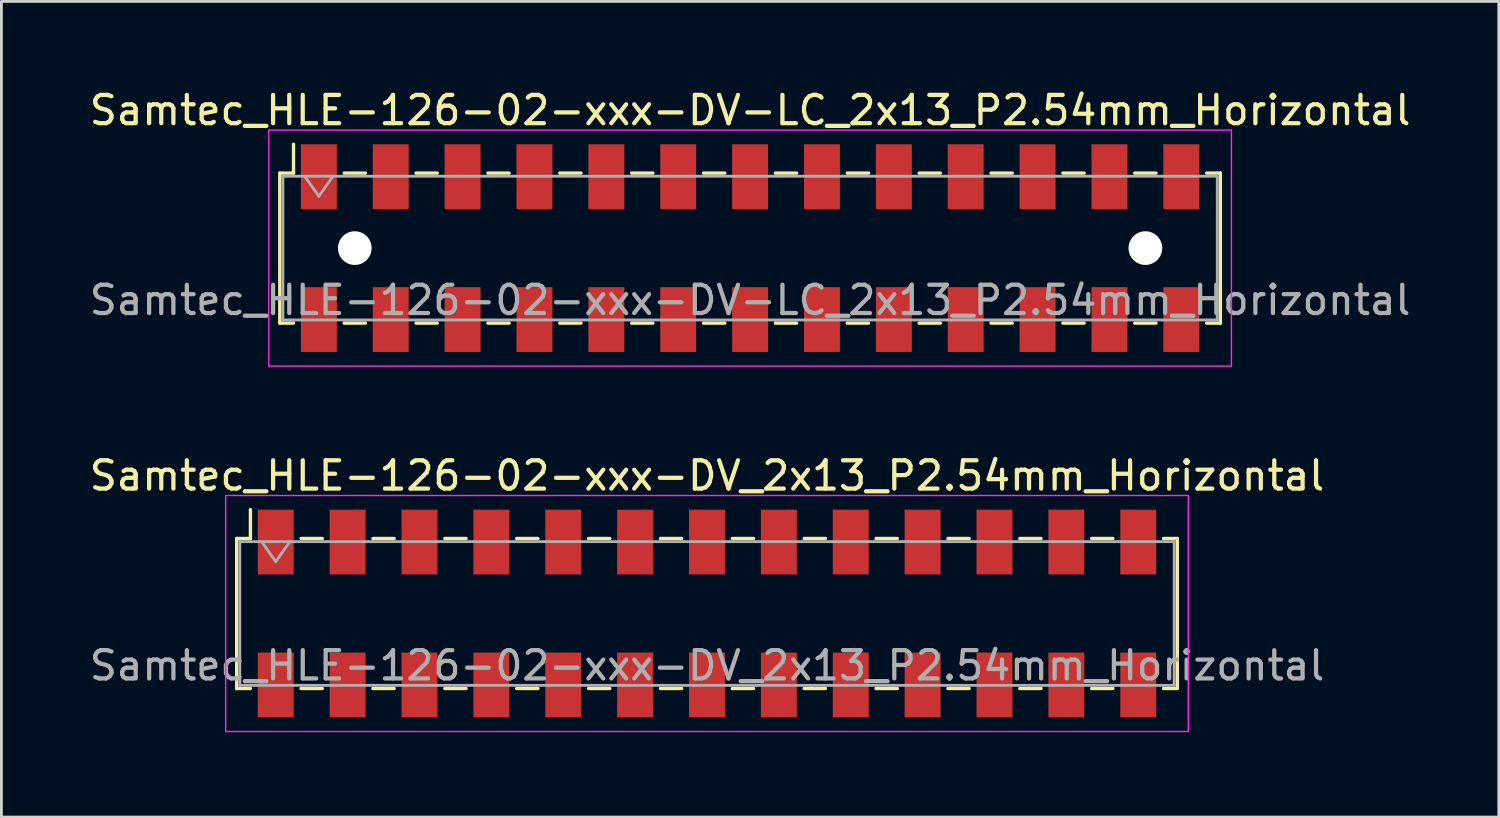
<source format=kicad_pcb>
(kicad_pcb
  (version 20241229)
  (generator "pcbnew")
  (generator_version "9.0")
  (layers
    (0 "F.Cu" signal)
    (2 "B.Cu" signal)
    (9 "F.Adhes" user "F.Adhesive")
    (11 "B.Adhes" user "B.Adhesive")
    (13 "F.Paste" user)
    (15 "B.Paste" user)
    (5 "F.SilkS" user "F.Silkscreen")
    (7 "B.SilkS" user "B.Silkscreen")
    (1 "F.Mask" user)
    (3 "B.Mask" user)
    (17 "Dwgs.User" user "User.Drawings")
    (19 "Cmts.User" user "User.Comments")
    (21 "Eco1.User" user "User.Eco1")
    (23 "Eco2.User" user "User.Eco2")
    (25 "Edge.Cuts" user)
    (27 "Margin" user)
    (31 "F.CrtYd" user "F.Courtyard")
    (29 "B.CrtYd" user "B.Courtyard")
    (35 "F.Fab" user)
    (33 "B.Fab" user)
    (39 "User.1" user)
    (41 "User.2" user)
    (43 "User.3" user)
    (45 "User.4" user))
  (footprint "Samtec_HLE-126-02-xxx-DV_2x13_P2.54mm_Horizontal"
    (layer "F.Cu")
    (at 21.935 18.631)
    (property "Reference" "Samtec_HLE-126-02-xxx-DV_2x13_P2.54mm_Horizontal" (at 0 -4.87 0) (layer "F.SilkS") (effects (font (size 1 1) (thickness 0.15))))
    (attr smd)
    (fp_line (start -16.62 -2.65) (end -16.62 2.65) (stroke (width 0.12) (type solid)) (layer "F.SilkS"))
    (fp_line (start -16.62 2.65) (end -16.135 2.65) (stroke (width 0.12) (type solid)) (layer "F.SilkS"))
    (fp_line (start -16.135 -3.67) (end -16.135 -2.65) (stroke (width 0.12) (type solid)) (layer "F.SilkS"))
    (fp_line (start -16.135 -2.65) (end -16.62 -2.65) (stroke (width 0.12) (type solid)) (layer "F.SilkS"))
    (fp_line (start -14.345 -2.65) (end -13.595 -2.65) (stroke (width 0.12) (type solid)) (layer "F.SilkS"))
    (fp_line (start -14.345 2.65) (end -13.595 2.65) (stroke (width 0.12) (type solid)) (layer "F.SilkS"))
    (fp_line (start -11.805 -2.65) (end -11.055 -2.65) (stroke (width 0.12) (type solid)) (layer "F.SilkS"))
    (fp_line (start -11.805 2.65) (end -11.055 2.65) (stroke (width 0.12) (type solid)) (layer "F.SilkS"))
    (fp_line (start -9.265 -2.65) (end -8.515 -2.65) (stroke (width 0.12) (type solid)) (layer "F.SilkS"))
    (fp_line (start -9.265 2.65) (end -8.515 2.65) (stroke (width 0.12) (type solid)) (layer "F.SilkS"))
    (fp_line (start -6.725 -2.65) (end -5.975 -2.65) (stroke (width 0.12) (type solid)) (layer "F.SilkS"))
    (fp_line (start -6.725 2.65) (end -5.975 2.65) (stroke (width 0.12) (type solid)) (layer "F.SilkS"))
    (fp_line (start -4.185 -2.65) (end -3.435 -2.65) (stroke (width 0.12) (type solid)) (layer "F.SilkS"))
    (fp_line (start -4.185 2.65) (end -3.435 2.65) (stroke (width 0.12) (type solid)) (layer "F.SilkS"))
    (fp_line (start -1.645 -2.65) (end -0.895 -2.65) (stroke (width 0.12) (type solid)) (layer "F.SilkS"))
    (fp_line (start -1.645 2.65) (end -0.895 2.65) (stroke (width 0.12) (type solid)) (layer "F.SilkS"))
    (fp_line (start 0.895 -2.65) (end 1.645 -2.65) (stroke (width 0.12) (type solid)) (layer "F.SilkS"))
    (fp_line (start 0.895 2.65) (end 1.645 2.65) (stroke (width 0.12) (type solid)) (layer "F.SilkS"))
    (fp_line (start 3.435 -2.65) (end 4.185 -2.65) (stroke (width 0.12) (type solid)) (layer "F.SilkS"))
    (fp_line (start 3.435 2.65) (end 4.185 2.65) (stroke (width 0.12) (type solid)) (layer "F.SilkS"))
    (fp_line (start 5.975 -2.65) (end 6.725 -2.65) (stroke (width 0.12) (type solid)) (layer "F.SilkS"))
    (fp_line (start 5.975 2.65) (end 6.725 2.65) (stroke (width 0.12) (type solid)) (layer "F.SilkS"))
    (fp_line (start 8.515 -2.65) (end 9.265 -2.65) (stroke (width 0.12) (type solid)) (layer "F.SilkS"))
    (fp_line (start 8.515 2.65) (end 9.265 2.65) (stroke (width 0.12) (type solid)) (layer "F.SilkS"))
    (fp_line (start 11.055 -2.65) (end 11.805 -2.65) (stroke (width 0.12) (type solid)) (layer "F.SilkS"))
    (fp_line (start 11.055 2.65) (end 11.805 2.65) (stroke (width 0.12) (type solid)) (layer "F.SilkS"))
    (fp_line (start 13.595 -2.65) (end 14.345 -2.65) (stroke (width 0.12) (type solid)) (layer "F.SilkS"))
    (fp_line (start 13.595 2.65) (end 14.345 2.65) (stroke (width 0.12) (type solid)) (layer "F.SilkS"))
    (fp_line (start 16.135 -2.65) (end 16.62 -2.65) (stroke (width 0.12) (type solid)) (layer "F.SilkS"))
    (fp_line (start 16.62 -2.65) (end 16.62 2.65) (stroke (width 0.12) (type solid)) (layer "F.SilkS"))
    (fp_line (start 16.62 2.65) (end 16.135 2.65) (stroke (width 0.12) (type solid)) (layer "F.SilkS"))
    (fp_line (start -17.01 -4.17) (end 17.01 -4.17) (stroke (width 0.05) (type solid)) (layer "F.CrtYd"))
    (fp_line (start -17.01 4.17) (end -17.01 -4.17) (stroke (width 0.05) (type solid)) (layer "F.CrtYd"))
    (fp_line (start 17.01 -4.17) (end 17.01 4.17) (stroke (width 0.05) (type solid)) (layer "F.CrtYd"))
    (fp_line (start 17.01 4.17) (end -17.01 4.17) (stroke (width 0.05) (type solid)) (layer "F.CrtYd"))
    (fp_line (start -16.51 -2.54) (end 16.51 -2.54) (stroke (width 0.1) (type solid)) (layer "F.Fab"))
    (fp_line (start -16.51 2.54) (end -16.51 -2.54) (stroke (width 0.1) (type solid)) (layer "F.Fab"))
    (fp_line (start -15.74 -2.54) (end -15.24 -1.833) (stroke (width 0.1) (type solid)) (layer "F.Fab"))
    (fp_line (start -15.24 -1.833) (end -14.74 -2.54) (stroke (width 0.1) (type solid)) (layer "F.Fab"))
    (fp_line (start 16.51 -2.54) (end 16.51 2.54) (stroke (width 0.1) (type solid)) (layer "F.Fab"))
    (fp_line (start 16.51 2.54) (end -16.51 2.54) (stroke (width 0.1) (type solid)) (layer "F.Fab"))
    (fp_text user "${REFERENCE}" (at 0 1.84 0) (layer "F.Fab") (effects (font (size 1 1) (thickness 0.15))))
    (pad "1" smd rect (at -15.24 -2.525) (size 1.27 2.29) (layers "F.Cu" "F.Mask" "F.Paste"))
    (pad "2" smd rect (at -15.24 2.525) (size 1.27 2.29) (layers "F.Cu" "F.Mask" "F.Paste"))
    (pad "3" smd rect (at -12.7 -2.525) (size 1.27 2.29) (layers "F.Cu" "F.Mask" "F.Paste"))
    (pad "4" smd rect (at -12.7 2.525) (size 1.27 2.29) (layers "F.Cu" "F.Mask" "F.Paste"))
    (pad "5" smd rect (at -10.16 -2.525) (size 1.27 2.29) (layers "F.Cu" "F.Mask" "F.Paste"))
    (pad "6" smd rect (at -10.16 2.525) (size 1.27 2.29) (layers "F.Cu" "F.Mask" "F.Paste"))
    (pad "7" smd rect (at -7.62 -2.525) (size 1.27 2.29) (layers "F.Cu" "F.Mask" "F.Paste"))
    (pad "8" smd rect (at -7.62 2.525) (size 1.27 2.29) (layers "F.Cu" "F.Mask" "F.Paste"))
    (pad "9" smd rect (at -5.08 -2.525) (size 1.27 2.29) (layers "F.Cu" "F.Mask" "F.Paste"))
    (pad "10" smd rect (at -5.08 2.525) (size 1.27 2.29) (layers "F.Cu" "F.Mask" "F.Paste"))
    (pad "11" smd rect (at -2.54 -2.525) (size 1.27 2.29) (layers "F.Cu" "F.Mask" "F.Paste"))
    (pad "12" smd rect (at -2.54 2.525) (size 1.27 2.29) (layers "F.Cu" "F.Mask" "F.Paste"))
    (pad "13" smd rect (at 0 -2.525) (size 1.27 2.29) (layers "F.Cu" "F.Mask" "F.Paste"))
    (pad "14" smd rect (at 0 2.525) (size 1.27 2.29) (layers "F.Cu" "F.Mask" "F.Paste"))
    (pad "15" smd rect (at 2.54 -2.525) (size 1.27 2.29) (layers "F.Cu" "F.Mask" "F.Paste"))
    (pad "16" smd rect (at 2.54 2.525) (size 1.27 2.29) (layers "F.Cu" "F.Mask" "F.Paste"))
    (pad "17" smd rect (at 5.08 -2.525) (size 1.27 2.29) (layers "F.Cu" "F.Mask" "F.Paste"))
    (pad "18" smd rect (at 5.08 2.525) (size 1.27 2.29) (layers "F.Cu" "F.Mask" "F.Paste"))
    (pad "19" smd rect (at 7.62 -2.525) (size 1.27 2.29) (layers "F.Cu" "F.Mask" "F.Paste"))
    (pad "20" smd rect (at 7.62 2.525) (size 1.27 2.29) (layers "F.Cu" "F.Mask" "F.Paste"))
    (pad "21" smd rect (at 10.16 -2.525) (size 1.27 2.29) (layers "F.Cu" "F.Mask" "F.Paste"))
    (pad "22" smd rect (at 10.16 2.525) (size 1.27 2.29) (layers "F.Cu" "F.Mask" "F.Paste"))
    (pad "23" smd rect (at 12.7 -2.525) (size 1.27 2.29) (layers "F.Cu" "F.Mask" "F.Paste"))
    (pad "24" smd rect (at 12.7 2.525) (size 1.27 2.29) (layers "F.Cu" "F.Mask" "F.Paste"))
    (pad "25" smd rect (at 15.24 -2.525) (size 1.27 2.29) (layers "F.Cu" "F.Mask" "F.Paste"))
    (pad "26" smd rect (at 15.24 2.525) (size 1.27 2.29) (layers "F.Cu" "F.Mask" "F.Paste")))
  (footprint "Samtec_HLE-126-02-xxx-DV-LC_2x13_P2.54mm_Horizontal"
    (layer "F.Cu")
    (at 23.458 5.718)
    (property "Reference" "Samtec_HLE-126-02-xxx-DV-LC_2x13_P2.54mm_Horizontal" (at 0 -4.87 0) (layer "F.SilkS") (effects (font (size 1 1) (thickness 0.15))))
    (attr smd)
    (fp_line (start -16.62 -2.65) (end -16.62 2.65) (stroke (width 0.12) (type solid)) (layer "F.SilkS"))
    (fp_line (start -16.62 2.65) (end -16.135 2.65) (stroke (width 0.12) (type solid)) (layer "F.SilkS"))
    (fp_line (start -16.135 -3.67) (end -16.135 -2.65) (stroke (width 0.12) (type solid)) (layer "F.SilkS"))
    (fp_line (start -16.135 -2.65) (end -16.62 -2.65) (stroke (width 0.12) (type solid)) (layer "F.SilkS"))
    (fp_line (start -14.345 -2.65) (end -13.595 -2.65) (stroke (width 0.12) (type solid)) (layer "F.SilkS"))
    (fp_line (start -14.345 2.65) (end -13.595 2.65) (stroke (width 0.12) (type solid)) (layer "F.SilkS"))
    (fp_line (start -11.805 -2.65) (end -11.055 -2.65) (stroke (width 0.12) (type solid)) (layer "F.SilkS"))
    (fp_line (start -11.805 2.65) (end -11.055 2.65) (stroke (width 0.12) (type solid)) (layer "F.SilkS"))
    (fp_line (start -9.265 -2.65) (end -8.515 -2.65) (stroke (width 0.12) (type solid)) (layer "F.SilkS"))
    (fp_line (start -9.265 2.65) (end -8.515 2.65) (stroke (width 0.12) (type solid)) (layer "F.SilkS"))
    (fp_line (start -6.725 -2.65) (end -5.975 -2.65) (stroke (width 0.12) (type solid)) (layer "F.SilkS"))
    (fp_line (start -6.725 2.65) (end -5.975 2.65) (stroke (width 0.12) (type solid)) (layer "F.SilkS"))
    (fp_line (start -4.185 -2.65) (end -3.435 -2.65) (stroke (width 0.12) (type solid)) (layer "F.SilkS"))
    (fp_line (start -4.185 2.65) (end -3.435 2.65) (stroke (width 0.12) (type solid)) (layer "F.SilkS"))
    (fp_line (start -1.645 -2.65) (end -0.895 -2.65) (stroke (width 0.12) (type solid)) (layer "F.SilkS"))
    (fp_line (start -1.645 2.65) (end -0.895 2.65) (stroke (width 0.12) (type solid)) (layer "F.SilkS"))
    (fp_line (start 0.895 -2.65) (end 1.645 -2.65) (stroke (width 0.12) (type solid)) (layer "F.SilkS"))
    (fp_line (start 0.895 2.65) (end 1.645 2.65) (stroke (width 0.12) (type solid)) (layer "F.SilkS"))
    (fp_line (start 3.435 -2.65) (end 4.185 -2.65) (stroke (width 0.12) (type solid)) (layer "F.SilkS"))
    (fp_line (start 3.435 2.65) (end 4.185 2.65) (stroke (width 0.12) (type solid)) (layer "F.SilkS"))
    (fp_line (start 5.975 -2.65) (end 6.725 -2.65) (stroke (width 0.12) (type solid)) (layer "F.SilkS"))
    (fp_line (start 5.975 2.65) (end 6.725 2.65) (stroke (width 0.12) (type solid)) (layer "F.SilkS"))
    (fp_line (start 8.515 -2.65) (end 9.265 -2.65) (stroke (width 0.12) (type solid)) (layer "F.SilkS"))
    (fp_line (start 8.515 2.65) (end 9.265 2.65) (stroke (width 0.12) (type solid)) (layer "F.SilkS"))
    (fp_line (start 11.055 -2.65) (end 11.805 -2.65) (stroke (width 0.12) (type solid)) (layer "F.SilkS"))
    (fp_line (start 11.055 2.65) (end 11.805 2.65) (stroke (width 0.12) (type solid)) (layer "F.SilkS"))
    (fp_line (start 13.595 -2.65) (end 14.345 -2.65) (stroke (width 0.12) (type solid)) (layer "F.SilkS"))
    (fp_line (start 13.595 2.65) (end 14.345 2.65) (stroke (width 0.12) (type solid)) (layer "F.SilkS"))
    (fp_line (start 16.135 -2.65) (end 16.62 -2.65) (stroke (width 0.12) (type solid)) (layer "F.SilkS"))
    (fp_line (start 16.62 -2.65) (end 16.62 2.65) (stroke (width 0.12) (type solid)) (layer "F.SilkS"))
    (fp_line (start 16.62 2.65) (end 16.135 2.65) (stroke (width 0.12) (type solid)) (layer "F.SilkS"))
    (fp_line (start -17.01 -4.17) (end 17.01 -4.17) (stroke (width 0.05) (type solid)) (layer "F.CrtYd"))
    (fp_line (start -17.01 4.17) (end -17.01 -4.17) (stroke (width 0.05) (type solid)) (layer "F.CrtYd"))
    (fp_line (start 17.01 -4.17) (end 17.01 4.17) (stroke (width 0.05) (type solid)) (layer "F.CrtYd"))
    (fp_line (start 17.01 4.17) (end -17.01 4.17) (stroke (width 0.05) (type solid)) (layer "F.CrtYd"))
    (fp_line (start -16.51 -2.54) (end 16.51 -2.54) (stroke (width 0.1) (type solid)) (layer "F.Fab"))
    (fp_line (start -16.51 2.54) (end -16.51 -2.54) (stroke (width 0.1) (type solid)) (layer "F.Fab"))
    (fp_line (start -15.74 -2.54) (end -15.24 -1.833) (stroke (width 0.1) (type solid)) (layer "F.Fab"))
    (fp_line (start -15.24 -1.833) (end -14.74 -2.54) (stroke (width 0.1) (type solid)) (layer "F.Fab"))
    (fp_line (start 16.51 -2.54) (end 16.51 2.54) (stroke (width 0.1) (type solid)) (layer "F.Fab"))
    (fp_line (start 16.51 2.54) (end -16.51 2.54) (stroke (width 0.1) (type solid)) (layer "F.Fab"))
    (fp_text user "${REFERENCE}" (at 0 1.84 0) (layer "F.Fab") (effects (font (size 1 1) (thickness 0.15))))
    (pad "" np_thru_hole circle (at -13.97 0) (size 1.19 1.19) (drill 1.19) (layers "*.Cu" "*.Mask"))
    (pad "" np_thru_hole circle (at 13.97 0) (size 1.19 1.19) (drill 1.19) (layers "*.Cu" "*.Mask"))
    (pad "1" smd rect (at -15.24 -2.525) (size 1.27 2.29) (layers "F.Cu" "F.Mask" "F.Paste"))
    (pad "2" smd rect (at -15.24 2.525) (size 1.27 2.29) (layers "F.Cu" "F.Mask" "F.Paste"))
    (pad "3" smd rect (at -12.7 -2.525) (size 1.27 2.29) (layers "F.Cu" "F.Mask" "F.Paste"))
    (pad "4" smd rect (at -12.7 2.525) (size 1.27 2.29) (layers "F.Cu" "F.Mask" "F.Paste"))
    (pad "5" smd rect (at -10.16 -2.525) (size 1.27 2.29) (layers "F.Cu" "F.Mask" "F.Paste"))
    (pad "6" smd rect (at -10.16 2.525) (size 1.27 2.29) (layers "F.Cu" "F.Mask" "F.Paste"))
    (pad "7" smd rect (at -7.62 -2.525) (size 1.27 2.29) (layers "F.Cu" "F.Mask" "F.Paste"))
    (pad "8" smd rect (at -7.62 2.525) (size 1.27 2.29) (layers "F.Cu" "F.Mask" "F.Paste"))
    (pad "9" smd rect (at -5.08 -2.525) (size 1.27 2.29) (layers "F.Cu" "F.Mask" "F.Paste"))
    (pad "10" smd rect (at -5.08 2.525) (size 1.27 2.29) (layers "F.Cu" "F.Mask" "F.Paste"))
    (pad "11" smd rect (at -2.54 -2.525) (size 1.27 2.29) (layers "F.Cu" "F.Mask" "F.Paste"))
    (pad "12" smd rect (at -2.54 2.525) (size 1.27 2.29) (layers "F.Cu" "F.Mask" "F.Paste"))
    (pad "13" smd rect (at 0 -2.525) (size 1.27 2.29) (layers "F.Cu" "F.Mask" "F.Paste"))
    (pad "14" smd rect (at 0 2.525) (size 1.27 2.29) (layers "F.Cu" "F.Mask" "F.Paste"))
    (pad "15" smd rect (at 2.54 -2.525) (size 1.27 2.29) (layers "F.Cu" "F.Mask" "F.Paste"))
    (pad "16" smd rect (at 2.54 2.525) (size 1.27 2.29) (layers "F.Cu" "F.Mask" "F.Paste"))
    (pad "17" smd rect (at 5.08 -2.525) (size 1.27 2.29) (layers "F.Cu" "F.Mask" "F.Paste"))
    (pad "18" smd rect (at 5.08 2.525) (size 1.27 2.29) (layers "F.Cu" "F.Mask" "F.Paste"))
    (pad "19" smd rect (at 7.62 -2.525) (size 1.27 2.29) (layers "F.Cu" "F.Mask" "F.Paste"))
    (pad "20" smd rect (at 7.62 2.525) (size 1.27 2.29) (layers "F.Cu" "F.Mask" "F.Paste"))
    (pad "21" smd rect (at 10.16 -2.525) (size 1.27 2.29) (layers "F.Cu" "F.Mask" "F.Paste"))
    (pad "22" smd rect (at 10.16 2.525) (size 1.27 2.29) (layers "F.Cu" "F.Mask" "F.Paste"))
    (pad "23" smd rect (at 12.7 -2.525) (size 1.27 2.29) (layers "F.Cu" "F.Mask" "F.Paste"))
    (pad "24" smd rect (at 12.7 2.525) (size 1.27 2.29) (layers "F.Cu" "F.Mask" "F.Paste"))
    (pad "25" smd rect (at 15.24 -2.525) (size 1.27 2.29) (layers "F.Cu" "F.Mask" "F.Paste"))
    (pad "26" smd rect (at 15.24 2.525) (size 1.27 2.29) (layers "F.Cu" "F.Mask" "F.Paste")))
  (gr_rect
    (start -3 -3)
    (end 49.917 25.826)
    (stroke (width 0.1) (type default))
    (fill no)
    (layer "Edge.Cuts")))
</source>
